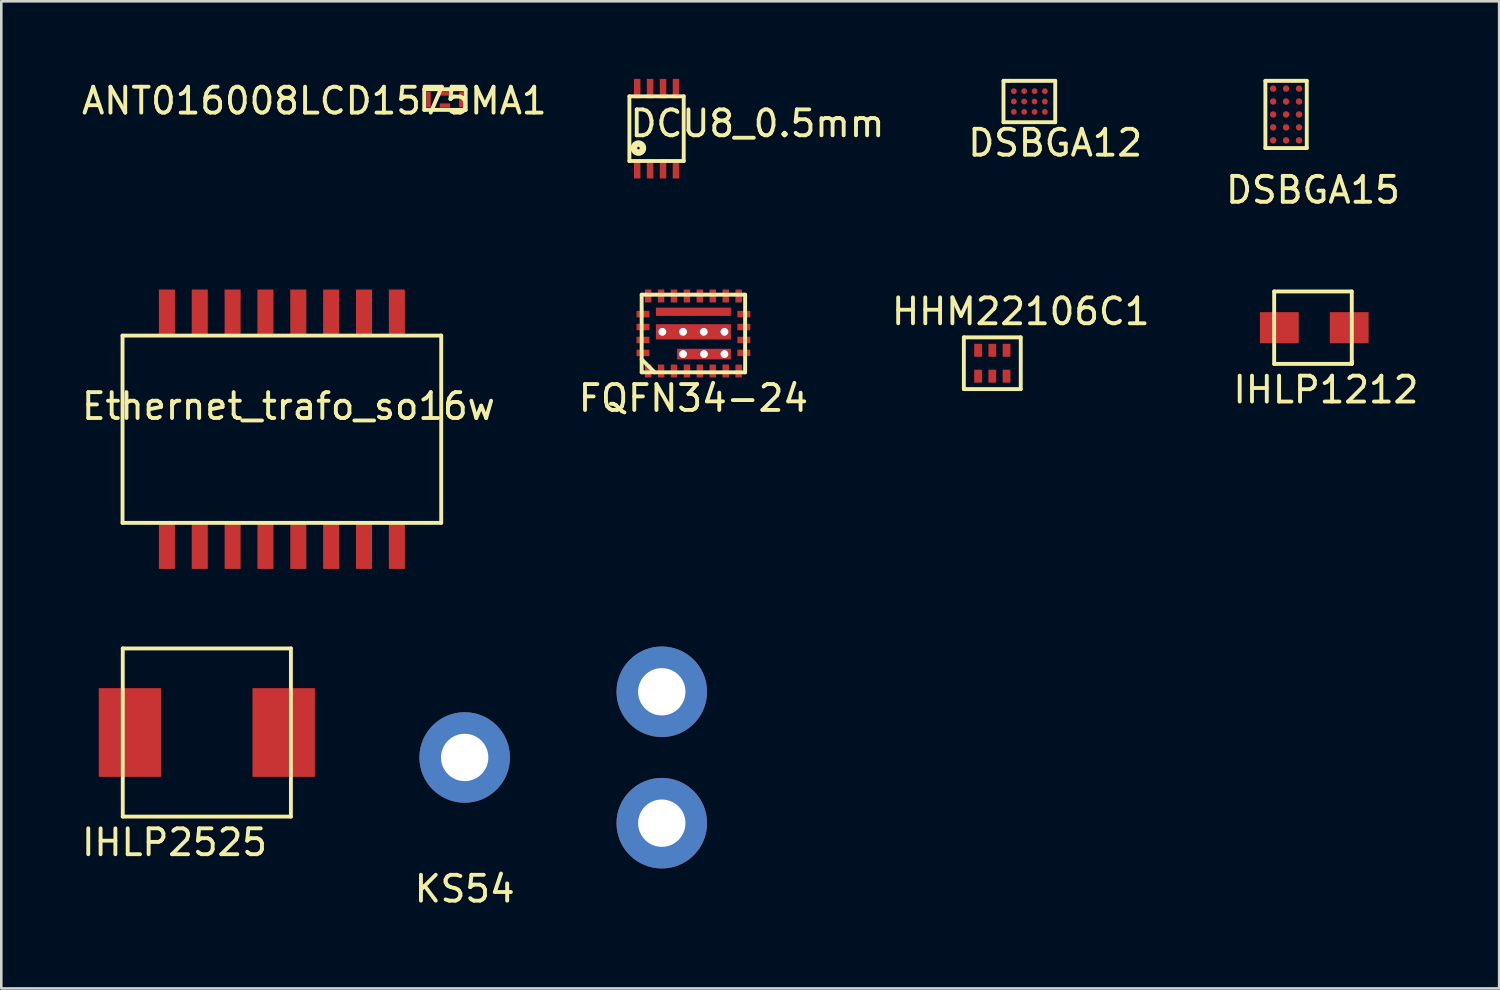
<source format=kicad_pcb>
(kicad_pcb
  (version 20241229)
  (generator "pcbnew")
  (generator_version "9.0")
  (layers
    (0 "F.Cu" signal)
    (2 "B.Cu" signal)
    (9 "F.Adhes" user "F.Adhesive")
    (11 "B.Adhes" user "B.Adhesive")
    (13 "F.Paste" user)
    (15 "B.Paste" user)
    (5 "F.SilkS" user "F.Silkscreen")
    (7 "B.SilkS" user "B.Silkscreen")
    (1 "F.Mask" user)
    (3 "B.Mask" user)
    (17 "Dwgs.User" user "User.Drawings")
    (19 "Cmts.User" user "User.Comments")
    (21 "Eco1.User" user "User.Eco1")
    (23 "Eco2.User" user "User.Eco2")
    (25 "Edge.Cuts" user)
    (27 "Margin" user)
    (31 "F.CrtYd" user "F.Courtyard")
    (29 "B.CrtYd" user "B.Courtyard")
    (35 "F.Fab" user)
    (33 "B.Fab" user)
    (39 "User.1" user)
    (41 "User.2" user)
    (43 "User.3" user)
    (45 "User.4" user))
  (footprint "Ethernet_trafo_so16w"
    (layer "F.Cu")
    (at 7.847 13.543)
    (property "Reference" "Ethernet_trafo_so16w" (at 0.254 -0.889 0) (layer "F.SilkS") (effects (font (size 1 1) (thickness 0.15))))
    (attr smd)
    (fp_line (start -6.16 -3.62) (end -6.16 3.62) (stroke (width 0.15) (type solid)) (layer "F.SilkS"))
    (fp_line (start -6.16 3.62) (end 6.16 3.62) (stroke (width 0.15) (type solid)) (layer "F.SilkS"))
    (fp_line (start 6.16 -3.62) (end -6.16 -3.62) (stroke (width 0.15) (type solid)) (layer "F.SilkS"))
    (fp_line (start 6.16 3.62) (end 6.16 -3.62) (stroke (width 0.15) (type solid)) (layer "F.SilkS"))
    (pad "1" smd rect (at -4.445 4.51) (size 0.62 1.78) (layers "F.Cu" "F.Mask" "F.Paste"))
    (pad "2" smd rect (at -3.175 4.51) (size 0.62 1.78) (layers "F.Cu" "F.Mask" "F.Paste"))
    (pad "3" smd rect (at -1.905 4.51) (size 0.62 1.78) (layers "F.Cu" "F.Mask" "F.Paste"))
    (pad "4" smd rect (at -0.635 4.51) (size 0.62 1.78) (layers "F.Cu" "F.Mask" "F.Paste"))
    (pad "5" smd rect (at 0.635 4.51) (size 0.62 1.78) (layers "F.Cu" "F.Mask" "F.Paste"))
    (pad "6" smd rect (at 1.905 4.51) (size 0.62 1.78) (layers "F.Cu" "F.Mask" "F.Paste"))
    (pad "7" smd rect (at 3.175 4.51) (size 0.62 1.78) (layers "F.Cu" "F.Mask" "F.Paste"))
    (pad "8" smd rect (at 4.445 4.51) (size 0.62 1.78) (layers "F.Cu" "F.Mask" "F.Paste"))
    (pad "9" smd rect (at 4.445 -4.51) (size 0.62 1.78) (layers "F.Cu" "F.Mask" "F.Paste"))
    (pad "10" smd rect (at 3.175 -4.51) (size 0.62 1.78) (layers "F.Cu" "F.Mask" "F.Paste"))
    (pad "11" smd rect (at 1.905 -4.51) (size 0.62 1.78) (layers "F.Cu" "F.Mask" "F.Paste"))
    (pad "12" smd rect (at 0.635 -4.51) (size 0.62 1.78) (layers "F.Cu" "F.Mask" "F.Paste"))
    (pad "13" smd rect (at -0.635 -4.51) (size 0.62 1.78) (layers "F.Cu" "F.Mask" "F.Paste"))
    (pad "14" smd rect (at -1.905 -4.51) (size 0.62 1.78) (layers "F.Cu" "F.Mask" "F.Paste"))
    (pad "15" smd rect (at -3.175 -4.51) (size 0.62 1.78) (layers "F.Cu" "F.Mask" "F.Paste"))
    (pad "16" smd rect (at -4.445 -4.51) (size 0.62 1.78) (layers "F.Cu" "F.Mask" "F.Paste")))
  (footprint "KS54"
    (layer "F.Cu")
    (at 12.374 31.313)
    (property "Reference" "KS54" (at 2.54 0 0) (layer "F.SilkS") (effects (font (size 1 1) (thickness 0.15))))
    (attr through_hole)
    (pad "1" thru_hole circle (at 2.54 -5.08) (size 3.5 3.5) (drill 1.83) (layers "*.Cu" "*.Mask"))
    (pad "2" thru_hole circle (at 10.16 -7.62) (size 3.5 3.5) (drill 1.83) (layers "*.Cu" "*.Mask"))
    (pad "3" thru_hole circle (at 10.16 -2.54) (size 3.5 3.5) (drill 1.83) (layers "*.Cu" "*.Mask")))
  (footprint "HHM22106C1"
    (layer "F.Cu")
    (at 35.311 10.992)
    (property "Reference" "HHM22106C1" (at 1.1 -2 0) (layer "F.SilkS") (effects (font (size 1 1) (thickness 0.15))))
    (attr through_hole)
    (fp_line (start -1.1 -1) (end 1.1 -1) (stroke (width 0.15) (type solid)) (layer "F.SilkS"))
    (fp_line (start -1.1 1) (end -1.1 -1) (stroke (width 0.15) (type solid)) (layer "F.SilkS"))
    (fp_line (start 1.1 -1) (end 1.1 1) (stroke (width 0.15) (type solid)) (layer "F.SilkS"))
    (fp_line (start 1.1 1) (end -1.1 1) (stroke (width 0.15) (type solid)) (layer "F.SilkS"))
    (pad "1" smd rect (at -0.55 0.5 90) (size 0.5 0.3) (layers "F.Cu" "F.Mask" "F.Paste"))
    (pad "2" smd rect (at 0 0.5 90) (size 0.5 0.3) (layers "F.Cu" "F.Mask" "F.Paste"))
    (pad "3" smd rect (at 0.55 0.5 90) (size 0.5 0.3) (layers "F.Cu" "F.Mask" "F.Paste"))
    (pad "4" smd rect (at 0.55 -0.5 90) (size 0.5 0.3) (layers "F.Cu" "F.Mask" "F.Paste"))
    (pad "5" smd rect (at 0 -0.5 90) (size 0.5 0.3) (layers "F.Cu" "F.Mask" "F.Paste"))
    (pad "6" smd rect (at -0.55 -0.5 90) (size 0.5 0.3) (layers "F.Cu" "F.Mask" "F.Paste")))
  (footprint "ANT016008LCD1575MA1"
    (layer "F.Cu")
    (at 14.151 0.798)
    (property "Reference" "ANT016008LCD1575MA1" (at -5.05 0.05 0) (layer "F.SilkS") (effects (font (size 1 1) (thickness 0.15))))
    (attr through_hole)
    (fp_line (start -0.8 -0.4) (end 0.8 -0.4) (stroke (width 0.15) (type solid)) (layer "F.SilkS"))
    (fp_line (start -0.8 0.4) (end -0.8 -0.4) (stroke (width 0.15) (type solid)) (layer "F.SilkS"))
    (fp_line (start 0.8 -0.4) (end 0.8 0.4) (stroke (width 0.15) (type solid)) (layer "F.SilkS"))
    (fp_line (start 0.8 0.4) (end -0.8 0.4) (stroke (width 0.15) (type solid)) (layer "F.SilkS"))
    (pad "1" smd rect (at 0 0.233) (size 0.4 0.165) (layers "F.Cu" "F.Mask" "F.Paste"))
    (pad "2" smd rect (at -0.632 0 90) (size 0.6 0.165) (layers "F.Cu" "F.Mask" "F.Paste"))
    (pad "3" smd rect (at 0.632 0 90) (size 0.6 0.165) (layers "F.Cu" "F.Mask" "F.Paste"))
    (pad "4" smd rect (at 0 -0.233) (size 0.4 0.165) (layers "F.Cu" "F.Mask" "F.Paste")))
  (footprint "IHLP2525"
    (layer "F.Cu")
    (at 4.946 25.268)
    (property "Reference" "IHLP2525" (at -1.25 4.25 0) (layer "F.SilkS") (effects (font (size 1 1) (thickness 0.15))))
    (attr through_hole)
    (fp_line (start -3.25 -3.25) (end -3.25 3.25) (stroke (width 0.15) (type solid)) (layer "F.SilkS"))
    (fp_line (start -3.25 3.25) (end 3.25 3.25) (stroke (width 0.15) (type solid)) (layer "F.SilkS"))
    (fp_line (start 3.25 -3.25) (end -3.25 -3.25) (stroke (width 0.15) (type solid)) (layer "F.SilkS"))
    (fp_line (start 3.25 3.25) (end 3.25 -3.25) (stroke (width 0.15) (type solid)) (layer "F.SilkS"))
    (pad "1" smd rect (at -2.971 0) (size 2.413 3.429) (layers "F.Cu" "F.Mask" "F.Paste"))
    (pad "2" smd rect (at 2.971 0) (size 2.413 3.429) (layers "F.Cu" "F.Mask" "F.Paste")))
  (footprint "FQFN34-24"
    (layer "F.Cu")
    (at 23.756 9.843)
    (property "Reference" "FQFN34-24" (at 0 2.5 0) (layer "F.SilkS") (effects (font (size 1 1) (thickness 0.15))))
    (attr through_hole)
    (fp_line (start -2 -1.5) (end 2 -1.5) (stroke (width 0.15) (type solid)) (layer "F.SilkS"))
    (fp_line (start -2 1) (end -1.5 1.5) (stroke (width 0.15) (type solid)) (layer "F.SilkS"))
    (fp_line (start -2 1.5) (end -2 -1.5) (stroke (width 0.15) (type solid)) (layer "F.SilkS"))
    (fp_line (start 2 -1.5) (end 2 1.5) (stroke (width 0.15) (type solid)) (layer "F.SilkS"))
    (fp_line (start 2 1.5) (end -2 1.5) (stroke (width 0.15) (type solid)) (layer "F.SilkS"))
    (pad "1" smd rect (at -1.75 1.45) (size 0.25 0.5) (layers "F.Cu" "F.Mask" "F.Paste"))
    (pad "2" smd rect (at -1.25 1.45) (size 0.25 0.5) (layers "F.Cu" "F.Mask" "F.Paste"))
    (pad "3" smd rect (at -0.75 1.45) (size 0.25 0.5) (layers "F.Cu" "F.Mask" "F.Paste"))
    (pad "4" smd rect (at -0.25 1.45) (size 0.25 0.5) (layers "F.Cu" "F.Mask" "F.Paste"))
    (pad "5" smd rect (at 0.25 1.45) (size 0.25 0.5) (layers "F.Cu" "F.Mask" "F.Paste"))
    (pad "6" smd rect (at 0.75 1.45) (size 0.25 0.5) (layers "F.Cu" "F.Mask" "F.Paste"))
    (pad "7" smd rect (at 1.25 1.45) (size 0.25 0.5) (layers "F.Cu" "F.Mask" "F.Paste"))
    (pad "8" smd rect (at 1.75 1.45) (size 0.25 0.5) (layers "F.Cu" "F.Mask" "F.Paste"))
    (pad "9" smd rect (at 1.95 0.75 90) (size 0.25 0.5) (layers "F.Cu" "F.Mask" "F.Paste"))
    (pad "10" smd rect (at 1.95 0.25 90) (size 0.25 0.5) (layers "F.Cu" "F.Mask" "F.Paste"))
    (pad "11" smd rect (at 1.95 -0.25 90) (size 0.25 0.5) (layers "F.Cu" "F.Mask" "F.Paste"))
    (pad "12" smd rect (at 1.95 -0.75 90) (size 0.25 0.5) (layers "F.Cu" "F.Mask" "F.Paste"))
    (pad "13" smd rect (at 1.75 -1.45) (size 0.25 0.5) (layers "F.Cu" "F.Mask" "F.Paste"))
    (pad "14" smd rect (at 1.25 -1.45) (size 0.25 0.5) (layers "F.Cu" "F.Mask" "F.Paste"))
    (pad "15" smd rect (at 0.75 -1.45) (size 0.25 0.5) (layers "F.Cu" "F.Mask" "F.Paste"))
    (pad "16" smd rect (at 0.25 -1.45) (size 0.25 0.5) (layers "F.Cu" "F.Mask" "F.Paste"))
    (pad "17" smd rect (at -0.25 -1.45) (size 0.25 0.5) (layers "F.Cu" "F.Mask" "F.Paste"))
    (pad "18" smd rect (at -0.75 -1.45) (size 0.25 0.5) (layers "F.Cu" "F.Mask" "F.Paste"))
    (pad "19" smd rect (at -1.25 -1.45) (size 0.25 0.5) (layers "F.Cu" "F.Mask" "F.Paste"))
    (pad "20" smd rect (at -1.75 -1.45) (size 0.25 0.5) (layers "F.Cu" "F.Mask" "F.Paste"))
    (pad "21" smd rect (at -1.95 -0.75 90) (size 0.25 0.5) (layers "F.Cu" "F.Mask" "F.Paste"))
    (pad "22" smd rect (at -1.95 -0.25 90) (size 0.25 0.5) (layers "F.Cu" "F.Mask" "F.Paste"))
    (pad "23" smd rect (at -1.95 0.25 90) (size 0.25 0.5) (layers "F.Cu" "F.Mask" "F.Paste"))
    (pad "24" smd rect (at -1.95 0.75 90) (size 0.25 0.5) (layers "F.Cu" "F.Mask" "F.Paste"))
    (pad "25" thru_hole circle (at -0.4 0.795 180) (size 0.3 0.3) (drill 0.3) (layers "*.Cu" "*.Mask"))
    (pad "25" thru_hole circle (at 0.41 0.795 180) (size 0.3 0.3) (drill 0.3) (layers "*.Cu" "*.Mask"))
    (pad "25" smd rect (at 0.41 0.795 180) (size 2.08 0.41) (layers "F.Cu" "F.Mask" "F.Paste"))
    (pad "25" thru_hole circle (at 1.2 0.795 180) (size 0.3 0.3) (drill 0.3) (layers "*.Cu" "*.Mask"))
    (pad "26" thru_hole circle (at -1.2 -0.065 180) (size 0.3 0.3) (drill 0.3) (layers "*.Cu" "*.Mask"))
    (pad "26" thru_hole circle (at -0.4 -0.065 180) (size 0.3 0.3) (drill 0.3) (layers "*.Cu" "*.Mask"))
    (pad "26" smd rect (at 0 -0.065 180) (size 2.9 0.59) (layers "F.Cu" "F.Mask" "F.Paste"))
    (pad "26" thru_hole circle (at 0.4 -0.065 180) (size 0.3 0.3) (drill 0.3) (layers "*.Cu" "*.Mask"))
    (pad "26" thru_hole circle (at 1.2 -0.065 180) (size 0.3 0.3) (drill 0.3) (layers "*.Cu" "*.Mask"))
    (pad "27" smd rect (at 0 -0.84 180) (size 2.9 0.32) (layers "F.Cu" "F.Mask" "F.Paste")))
  (footprint "IHLP1212"
    (layer "F.Cu")
    (at 47.708 9.618)
    (property "Reference" "IHLP1212" (at 0.5 2.4 0) (layer "F.SilkS") (effects (font (size 1 1) (thickness 0.15))))
    (attr through_hole)
    (fp_line (start -1.5 -1.4) (end 1.5 -1.4) (stroke (width 0.15) (type solid)) (layer "F.SilkS"))
    (fp_line (start -1.5 1.4) (end -1.5 -1.4) (stroke (width 0.15) (type solid)) (layer "F.SilkS"))
    (fp_line (start 1.5 -1.4) (end 1.5 1.3) (stroke (width 0.15) (type solid)) (layer "F.SilkS"))
    (fp_line (start 1.5 1.3) (end 1.5 1.4) (stroke (width 0.15) (type solid)) (layer "F.SilkS"))
    (fp_line (start 1.5 1.4) (end -1.5 1.4) (stroke (width 0.15) (type solid)) (layer "F.SilkS"))
    (fp_line (start 1.5 1.4) (end 1.5 1.3) (stroke (width 0.15) (type solid)) (layer "F.SilkS"))
    (pad "1" smd rect (at -1.3 0 270) (size 1.2 1.5) (layers "F.Cu" "F.Mask" "F.Paste"))
    (pad "2" smd rect (at 1.4 0 90) (size 1.2 1.5) (layers "F.Cu" "F.Mask" "F.Paste")))
  (footprint "DSBGA12"
    (layer "F.Cu")
    (at 36.744 0.875)
    (property "Reference" "DSBGA12" (at 1 1.6 0) (layer "F.SilkS") (effects (font (size 1 1) (thickness 0.15))))
    (attr through_hole)
    (fp_line (start -1 -0.8) (end -0.8 -0.8) (stroke (width 0.15) (type solid)) (layer "F.SilkS"))
    (fp_line (start -1 0.8) (end -1 -0.8) (stroke (width 0.15) (type solid)) (layer "F.SilkS"))
    (fp_line (start -0.8 -0.8) (end 1 -0.8) (stroke (width 0.15) (type solid)) (layer "F.SilkS"))
    (fp_line (start 1 -0.8) (end 1 0.8) (stroke (width 0.15) (type solid)) (layer "F.SilkS"))
    (fp_line (start 1 0.8) (end -1 0.8) (stroke (width 0.15) (type solid)) (layer "F.SilkS"))
    (pad "A1" smd circle (at -0.6 -0.4) (size 0.225 0.225) (layers "F.Cu" "F.Mask" "F.Paste"))
    (pad "A2" smd circle (at -0.2 -0.4) (size 0.225 0.225) (layers "F.Cu" "F.Mask" "F.Paste"))
    (pad "A3" smd circle (at 0.2 -0.4) (size 0.225 0.225) (layers "F.Cu" "F.Mask" "F.Paste"))
    (pad "A4" smd circle (at 0.6 -0.4) (size 0.225 0.225) (layers "F.Cu" "F.Mask" "F.Paste"))
    (pad "B1" smd circle (at -0.6 0) (size 0.225 0.225) (layers "F.Cu" "F.Mask" "F.Paste"))
    (pad "B2" smd circle (at -0.2 0) (size 0.225 0.225) (layers "F.Cu" "F.Mask" "F.Paste"))
    (pad "B3" smd circle (at 0.2 0) (size 0.225 0.225) (layers "F.Cu" "F.Mask" "F.Paste"))
    (pad "B4" smd circle (at 0.6 0) (size 0.225 0.225) (layers "F.Cu" "F.Mask" "F.Paste"))
    (pad "C1" smd circle (at -0.6 0.4) (size 0.225 0.225) (layers "F.Cu" "F.Mask" "F.Paste"))
    (pad "C2" smd circle (at -0.2 0.4) (size 0.225 0.225) (layers "F.Cu" "F.Mask" "F.Paste"))
    (pad "C3" smd circle (at 0.2 0.4) (size 0.225 0.225) (layers "F.Cu" "F.Mask" "F.Paste"))
    (pad "C4" smd circle (at 0.6 0.4) (size 0.225 0.225) (layers "F.Cu" "F.Mask" "F.Paste")))
  (footprint "DCU8_0.5mm"
    (layer "F.Cu")
    (at 21.582 3.475)
    (property "Reference" "DCU8_0.5mm" (at 4.65 -1.75 0) (layer "F.SilkS") (effects (font (size 1 1) (thickness 0.15))))
    (attr through_hole)
    (fp_line (start -0.3 -2.8) (end -0.3 -0.3) (stroke (width 0.15) (type solid)) (layer "F.SilkS"))
    (fp_line (start -0.3 -0.3) (end 1.8 -0.3) (stroke (width 0.15) (type solid)) (layer "F.SilkS"))
    (fp_line (start 1.8 -2.8) (end -0.3 -2.8) (stroke (width 0.15) (type solid)) (layer "F.SilkS"))
    (fp_line (start 1.8 -2.8) (end 1.8 -0.3) (stroke (width 0.15) (type solid)) (layer "F.SilkS"))
    (fp_circle (center 0.05 -0.8) (end 0.05 -0.75) (stroke (width 0.25) (type solid)) (fill no) (layer "F.SilkS"))
    (pad "1" smd rect (at 0 0) (size 0.25 0.75) (layers "F.Cu" "F.Mask" "F.Paste"))
    (pad "2" smd rect (at 0.5 0) (size 0.25 0.75) (layers "F.Cu" "F.Mask" "F.Paste"))
    (pad "3" smd rect (at 1 0) (size 0.25 0.75) (layers "F.Cu" "F.Mask" "F.Paste"))
    (pad "4" smd rect (at 1.5 0) (size 0.25 0.75) (layers "F.Cu" "F.Mask" "F.Paste"))
    (pad "5" smd rect (at 1.5 -3.1) (size 0.25 0.75) (layers "F.Cu" "F.Mask" "F.Paste"))
    (pad "6" smd rect (at 1 -3.1) (size 0.25 0.75) (layers "F.Cu" "F.Mask" "F.Paste"))
    (pad "7" smd rect (at 0.5 -3.1) (size 0.25 0.75) (layers "F.Cu" "F.Mask" "F.Paste"))
    (pad "8" smd rect (at 0 -3.1) (size 0.25 0.75) (layers "F.Cu" "F.Mask" "F.Paste")))
  (footprint "DSBGA15"
    (layer "F.Cu")
    (at 46.708 1.295)
    (property "Reference" "DSBGA15" (at 1 3 0) (layer "F.SilkS") (effects (font (size 1 1) (thickness 0.15))))
    (attr through_hole)
    (fp_line (start -0.84 -1.22) (end -0.84 1.38) (stroke (width 0.15) (type solid)) (layer "F.SilkS"))
    (fp_line (start -0.84 1.38) (end 0.76 1.38) (stroke (width 0.15) (type solid)) (layer "F.SilkS"))
    (fp_line (start 0.76 -1.22) (end -0.84 -1.22) (stroke (width 0.15) (type solid)) (layer "F.SilkS"))
    (fp_line (start 0.76 1.38) (end 0.76 -1.22) (stroke (width 0.15) (type solid)) (layer "F.SilkS"))
    (pad "A1" smd circle (at -0.54 -0.92) (size 0.25 0.25) (layers "F.Cu" "F.Mask" "F.Paste"))
    (pad "A2" smd circle (at -0.04 -0.92) (size 0.25 0.25) (layers "F.Cu" "F.Mask" "F.Paste"))
    (pad "A3" smd circle (at 0.46 -0.92) (size 0.25 0.25) (layers "F.Cu" "F.Mask" "F.Paste"))
    (pad "B1" smd circle (at -0.54 -0.42) (size 0.25 0.25) (layers "F.Cu" "F.Mask" "F.Paste"))
    (pad "B2" smd circle (at -0.04 -0.42) (size 0.25 0.25) (layers "F.Cu" "F.Mask" "F.Paste"))
    (pad "B3" smd circle (at 0.46 -0.42) (size 0.25 0.25) (layers "F.Cu" "F.Mask" "F.Paste"))
    (pad "C1" smd circle (at -0.54 0.08) (size 0.25 0.25) (layers "F.Cu" "F.Mask" "F.Paste"))
    (pad "C2" smd circle (at -0.04 0.08) (size 0.25 0.25) (layers "F.Cu" "F.Mask" "F.Paste"))
    (pad "C3" smd circle (at 0.46 0.08) (size 0.25 0.25) (layers "F.Cu" "F.Mask" "F.Paste"))
    (pad "D1" smd circle (at -0.54 0.58) (size 0.25 0.25) (layers "F.Cu" "F.Mask" "F.Paste"))
    (pad "D2" smd circle (at -0.04 0.58) (size 0.25 0.25) (layers "F.Cu" "F.Mask" "F.Paste"))
    (pad "D3" smd circle (at 0.46 0.58) (size 0.25 0.25) (layers "F.Cu" "F.Mask" "F.Paste"))
    (pad "E1" smd circle (at -0.54 1.08) (size 0.25 0.25) (layers "F.Cu" "F.Mask" "F.Paste"))
    (pad "E2" smd circle (at -0.04 1.08) (size 0.25 0.25) (layers "F.Cu" "F.Mask" "F.Paste"))
    (pad "E3" smd circle (at 0.46 1.08) (size 0.25 0.25) (layers "F.Cu" "F.Mask" "F.Paste")))
  (gr_rect
    (start -3 -3)
    (end 54.905 35.161)
    (stroke (width 0.1) (type default))
    (fill no)
    (layer "Edge.Cuts")))
</source>
